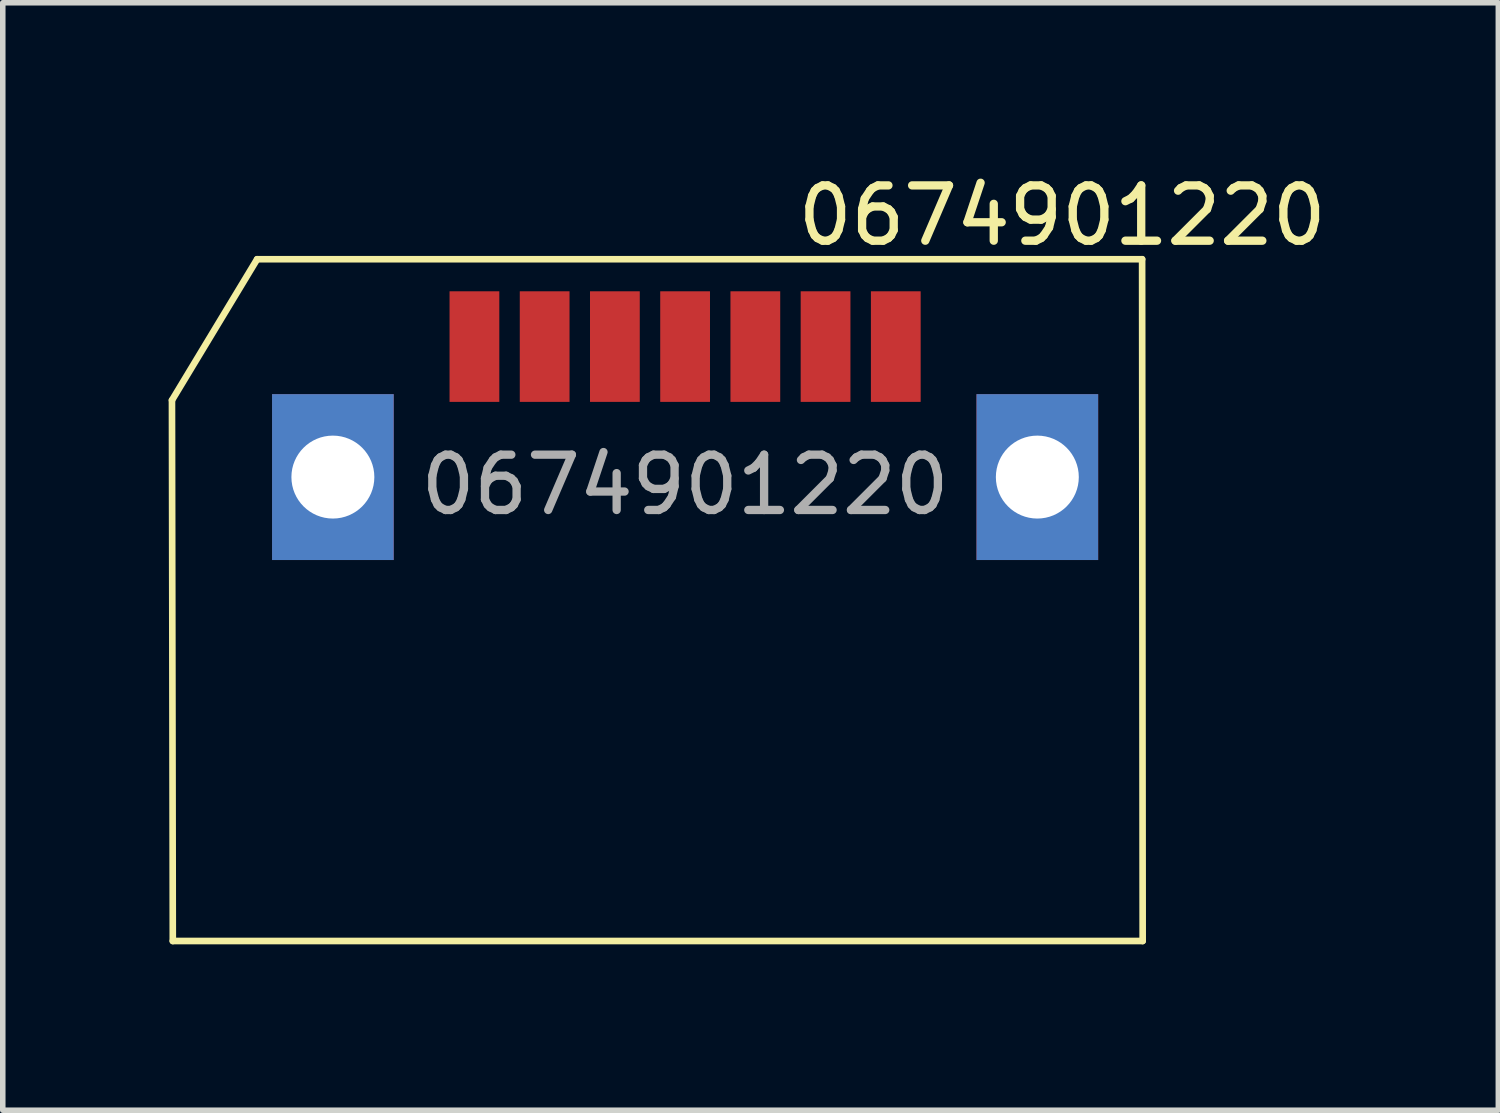
<source format=kicad_pcb>
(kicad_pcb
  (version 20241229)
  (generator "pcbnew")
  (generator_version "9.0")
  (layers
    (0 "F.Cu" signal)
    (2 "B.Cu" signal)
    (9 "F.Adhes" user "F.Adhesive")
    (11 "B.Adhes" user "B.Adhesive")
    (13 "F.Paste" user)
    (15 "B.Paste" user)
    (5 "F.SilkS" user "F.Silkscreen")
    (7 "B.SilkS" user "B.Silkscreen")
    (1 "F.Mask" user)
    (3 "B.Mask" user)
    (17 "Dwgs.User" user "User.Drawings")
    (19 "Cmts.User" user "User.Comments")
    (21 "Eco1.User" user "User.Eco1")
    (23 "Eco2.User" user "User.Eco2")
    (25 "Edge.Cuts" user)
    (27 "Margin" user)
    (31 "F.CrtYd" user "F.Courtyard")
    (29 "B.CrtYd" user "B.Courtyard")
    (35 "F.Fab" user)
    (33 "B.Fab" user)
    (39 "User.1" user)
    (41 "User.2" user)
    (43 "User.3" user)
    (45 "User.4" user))
  (footprint "0674901220"
    (layer "F.Cu")
    (at 9.34 3.218)
    (property "Reference" "0674901220" (at 6.82 -2.37 0) (unlocked yes) (layer "F.SilkS") (effects (font (size 1 1) (thickness 0.15))))
    (attr smd)
    (fp_line (start -9.28 0.97) (end -7.74 -1.58) (stroke (width 0.12) (type solid)) (layer "F.SilkS"))
    (fp_line (start -9.265 10.75) (end -9.28 0.97) (stroke (width 0.12) (type solid)) (layer "F.SilkS"))
    (fp_line (start -9.265 10.75) (end 8.275 10.75) (stroke (width 0.12) (type solid)) (layer "F.SilkS"))
    (fp_line (start -7.74 -1.58) (end 8.265 -1.58) (stroke (width 0.12) (type solid)) (layer "F.SilkS"))
    (fp_line (start 8.275 10.75) (end 8.265 -1.58) (stroke (width 0.12) (type solid)) (layer "F.SilkS"))
    (fp_text user "${REFERENCE}" (at 0 2.5 0) (unlocked yes) (layer "F.Fab") (effects (font (size 1 1) (thickness 0.15))))
    (pad "1" smd rect (at 3.81 0) (size 0.9 2) (layers "F.Cu" "F.Mask" "F.Paste"))
    (pad "2" smd rect (at 2.54 0) (size 0.9 2) (layers "F.Cu" "F.Mask" "F.Paste"))
    (pad "3" smd rect (at 1.27 0) (size 0.9 2) (layers "F.Cu" "F.Mask" "F.Paste"))
    (pad "4" smd rect (at 0 0) (size 0.9 2) (layers "F.Cu" "F.Mask" "F.Paste"))
    (pad "5" smd rect (at -1.27 0) (size 0.9 2) (layers "F.Cu" "F.Mask" "F.Paste"))
    (pad "6" smd rect (at -2.54 0) (size 0.9 2) (layers "F.Cu" "F.Mask" "F.Paste"))
    (pad "7" smd rect (at -3.81 0) (size 0.9 2) (layers "F.Cu" "F.Mask" "F.Paste"))
    (pad "MP" thru_hole rect (at -6.37 2.36) (size 2.2 3) (drill 1.5) (layers "*.Cu" "*.Mask"))
    (pad "MP" thru_hole rect (at 6.37 2.36) (size 2.2 3) (drill 1.5) (layers "*.Cu" "*.Mask")))
  (gr_rect
    (start -3 -3)
    (end 24.047 17.028)
    (stroke (width 0.1) (type default))
    (fill no)
    (layer "Edge.Cuts")))
</source>
